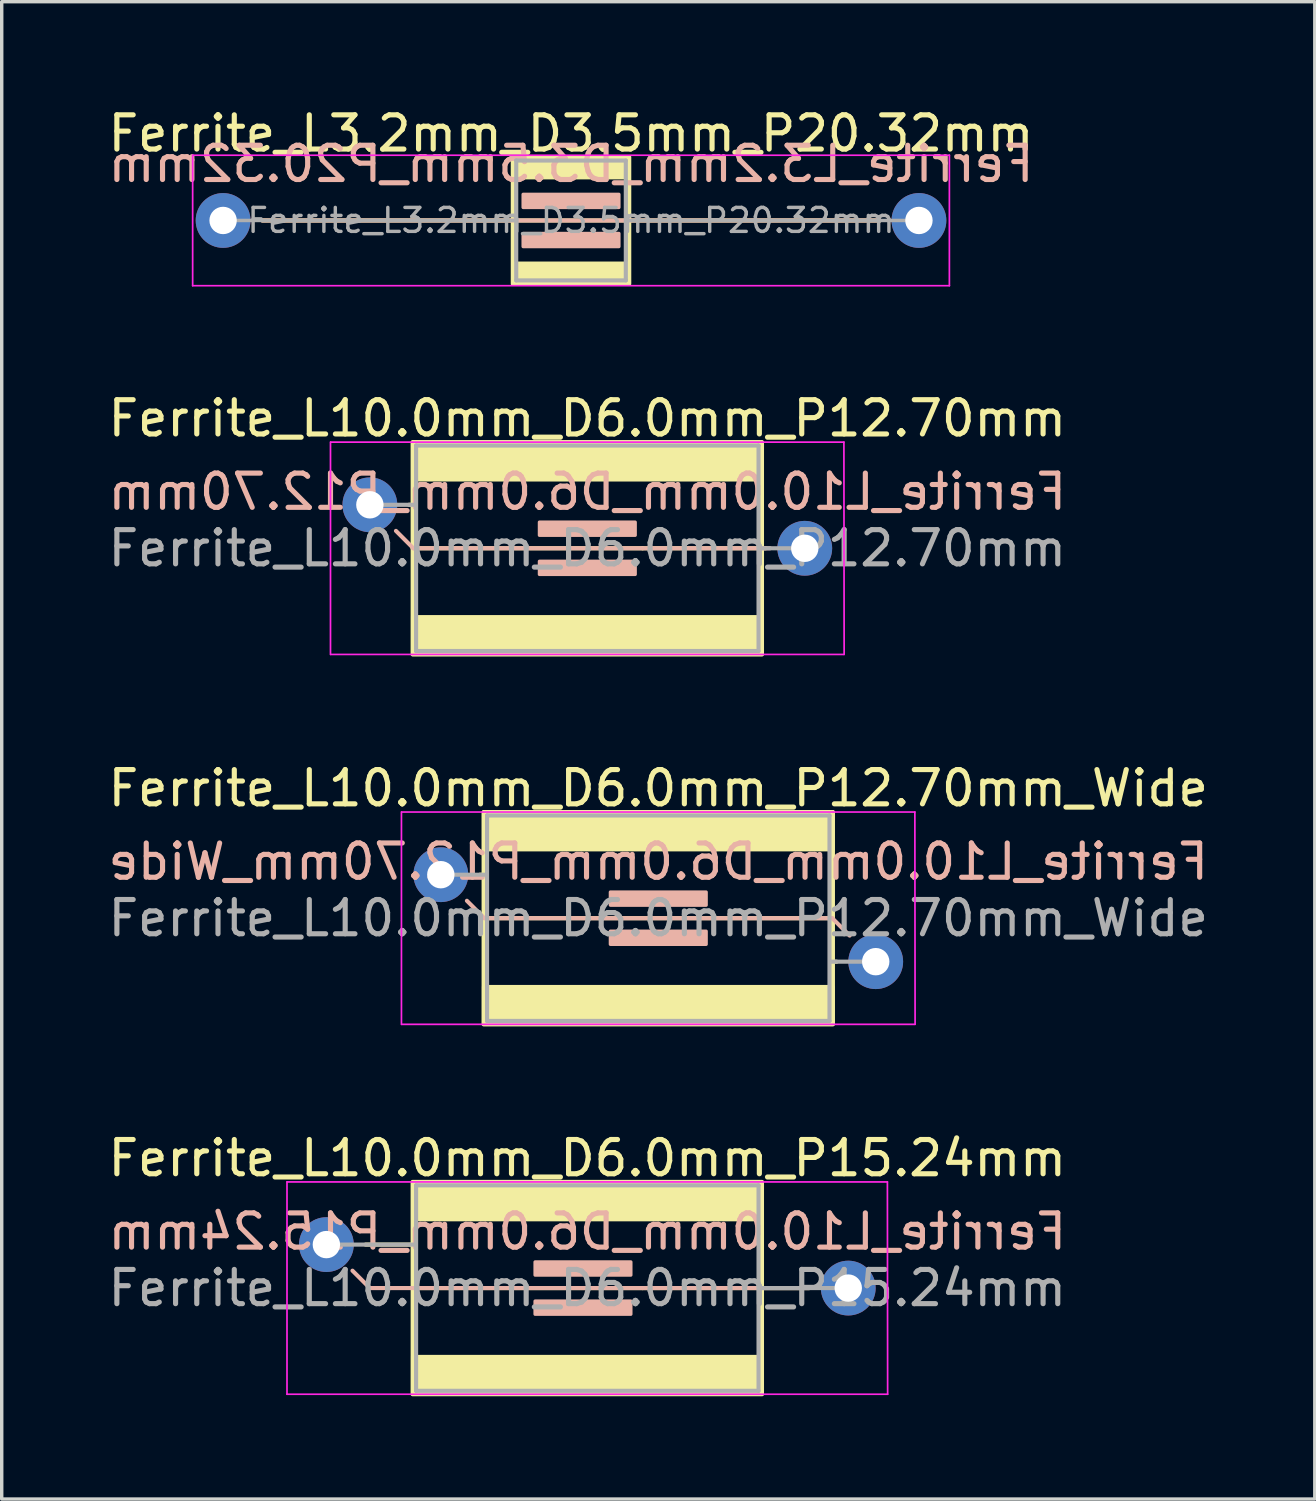
<source format=kicad_pcb>
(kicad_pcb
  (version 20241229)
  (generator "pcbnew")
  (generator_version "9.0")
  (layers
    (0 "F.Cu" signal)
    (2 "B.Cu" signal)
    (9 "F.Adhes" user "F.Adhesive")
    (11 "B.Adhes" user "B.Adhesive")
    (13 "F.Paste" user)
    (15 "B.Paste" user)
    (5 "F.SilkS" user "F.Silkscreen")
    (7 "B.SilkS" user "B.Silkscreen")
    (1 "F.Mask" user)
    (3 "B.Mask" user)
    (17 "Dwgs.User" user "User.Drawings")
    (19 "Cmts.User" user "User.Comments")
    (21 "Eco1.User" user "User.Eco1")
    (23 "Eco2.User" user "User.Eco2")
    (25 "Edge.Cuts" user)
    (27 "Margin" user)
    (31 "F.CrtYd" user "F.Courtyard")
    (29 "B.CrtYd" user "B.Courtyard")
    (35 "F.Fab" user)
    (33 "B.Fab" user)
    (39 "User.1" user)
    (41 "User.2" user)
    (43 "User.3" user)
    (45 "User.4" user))
  (footprint "Ferrite_L10.0mm_D6.0mm_P12.70mm_Wide"
    (layer "F.Cu")
    (at 9.823 22.493)
    (property "Reference" "Ferrite_L10.0mm_D6.0mm_P12.70mm_Wide" (at 6.35 -2.524 0) (layer "F.SilkS") (effects (font (size 1 1) (thickness 0.15))))
    (fp_line (start 1.143 0) (end 1.25 0) (stroke (width 0.12) (type solid)) (layer "F.SilkS"))
    (fp_line (start 7.964 1.27) (end 1.25 1.27) (stroke (width 0.12) (type solid)) (layer "F.SilkS"))
    (fp_line (start 7.964 1.27) (end 11.45 1.27) (stroke (width 0.12) (type solid)) (layer "F.SilkS"))
    (fp_line (start 11.557 2.54) (end 11.45 2.54) (stroke (width 0.12) (type solid)) (layer "F.SilkS"))
    (fp_rect (start 1.25 -1.83) (end 11.45 4.37) (stroke (width 0.12) (type solid)) (fill no) (layer "F.SilkS"))
    (fp_poly (pts (xy 11.45 -0.73) (xy 1.25 -0.73) (xy 1.25 -1.83) (xy 11.45 -1.83)) (stroke (width 0.1) (type solid)) (fill yes) (layer "F.SilkS"))
    (fp_poly (pts (xy 11.45 4.37) (xy 1.25 4.37) (xy 1.25 3.27) (xy 11.45 3.27)) (stroke (width 0.1) (type solid)) (fill yes) (layer "F.SilkS"))
    (fp_line (start 0.762 0.762) (end 1.27 1.27) (stroke (width 0.12) (type solid)) (layer "B.SilkS"))
    (fp_line (start 1.27 1.27) (end 11.43 1.27) (stroke (width 0.12) (type solid)) (layer "B.SilkS"))
    (fp_line (start 11.43 1.27) (end 11.938 1.778) (stroke (width 0.12) (type solid)) (layer "B.SilkS"))
    (fp_rect (start 4.953 0.508) (end 7.747 0.889) (stroke (width 0.1) (type solid)) (fill yes) (layer "B.SilkS"))
    (fp_rect (start 4.953 1.651) (end 7.747 2.032) (stroke (width 0.1) (type solid)) (fill yes) (layer "B.SilkS"))
    (fp_line (start -1.15 4.37) (end -1.15 -1.83) (stroke (width 0.05) (type solid)) (layer "F.CrtYd"))
    (fp_line (start -1.143 -1.83) (end 13.843 -1.83) (stroke (width 0.05) (type solid)) (layer "F.CrtYd"))
    (fp_line (start 13.843 -1.83) (end 13.85 4.37) (stroke (width 0.05) (type solid)) (layer "F.CrtYd"))
    (fp_line (start 13.843 4.37) (end -1.143 4.37) (stroke (width 0.05) (type solid)) (layer "F.CrtYd"))
    (fp_line (start 0 0) (end 1.333 0) (stroke (width 0.12) (type solid)) (layer "F.Fab"))
    (fp_line (start 1.35 -1.73) (end 1.35 4.27) (stroke (width 0.12) (type solid)) (layer "F.Fab"))
    (fp_line (start 11.35 -1.73) (end 1.35 -1.73) (stroke (width 0.12) (type solid)) (layer "F.Fab"))
    (fp_line (start 11.35 -1.73) (end 11.35 4.27) (stroke (width 0.12) (type solid)) (layer "F.Fab"))
    (fp_line (start 11.35 4.27) (end 1.35 4.27) (stroke (width 0.12) (type solid)) (layer "F.Fab"))
    (fp_line (start 12.7 2.54) (end 11.367 2.54) (stroke (width 0.12) (type solid)) (layer "F.Fab"))
    (fp_text user "${REFERENCE}" (at 6.35 -0.381 0) (layer "B.SilkS") (effects (font (size 1 1) (thickness 0.15)) (justify mirror)))
    (fp_text user "${REFERENCE}" (at 6.35 1.27 0) (layer "F.Fab") (effects (font (size 1 1) (thickness 0.15))))
    (pad "1" thru_hole circle (at 0 0) (size 1.6 1.6) (drill 0.8) (layers "*.Cu" "*.Mask"))
    (pad "2" thru_hole circle (at 12.7 2.54) (size 1.6 1.6) (drill 0.8) (layers "*.Cu" "*.Mask")))
  (footprint "Ferrite_L10.0mm_D6.0mm_P12.70mm"
    (layer "F.Cu")
    (at 7.751 11.691)
    (property "Reference" "Ferrite_L10.0mm_D6.0mm_P12.70mm" (at 6.35 -2.524 0) (layer "F.SilkS") (effects (font (size 1 1) (thickness 0.15))))
    (fp_line (start 1.143 0) (end 1.25 0) (stroke (width 0.12) (type solid)) (layer "F.SilkS"))
    (fp_line (start 7.964 1.27) (end 1.25 1.27) (stroke (width 0.12) (type solid)) (layer "F.SilkS"))
    (fp_line (start 7.964 1.27) (end 11.303 1.27) (stroke (width 0.12) (type solid)) (layer "F.SilkS"))
    (fp_line (start 11.557 1.27) (end 11.367 1.27) (stroke (width 0.12) (type solid)) (layer "F.SilkS"))
    (fp_rect (start 1.25 -1.83) (end 11.45 4.37) (stroke (width 0.12) (type solid)) (fill no) (layer "F.SilkS"))
    (fp_poly (pts (xy 11.45 -0.73) (xy 1.25 -0.73) (xy 1.25 -1.83) (xy 11.45 -1.83)) (stroke (width 0.1) (type solid)) (fill yes) (layer "F.SilkS"))
    (fp_poly (pts (xy 11.45 4.37) (xy 1.25 4.37) (xy 1.25 3.27) (xy 11.45 3.27)) (stroke (width 0.1) (type solid)) (fill yes) (layer "F.SilkS"))
    (fp_line (start 1.27 1.27) (end 0.762 0.762) (stroke (width 0.12) (type solid)) (layer "B.SilkS"))
    (fp_line (start 1.27 1.27) (end 11.684 1.27) (stroke (width 0.12) (type solid)) (layer "B.SilkS"))
    (fp_rect (start 4.953 0.508) (end 7.747 0.889) (stroke (width 0.1) (type solid)) (fill yes) (layer "B.SilkS"))
    (fp_rect (start 4.953 1.651) (end 7.747 2.032) (stroke (width 0.1) (type solid)) (fill yes) (layer "B.SilkS"))
    (fp_line (start -1.15 4.37) (end -1.15 -1.83) (stroke (width 0.05) (type solid)) (layer "F.CrtYd"))
    (fp_line (start -1.143 -1.83) (end 13.843 -1.83) (stroke (width 0.05) (type solid)) (layer "F.CrtYd"))
    (fp_line (start 13.843 -1.83) (end 13.85 4.37) (stroke (width 0.05) (type solid)) (layer "F.CrtYd"))
    (fp_line (start 13.843 4.37) (end -1.143 4.37) (stroke (width 0.05) (type solid)) (layer "F.CrtYd"))
    (fp_line (start 0 0) (end 1.333 0) (stroke (width 0.12) (type solid)) (layer "F.Fab"))
    (fp_line (start 1.35 -1.73) (end 1.35 4.27) (stroke (width 0.12) (type solid)) (layer "F.Fab"))
    (fp_line (start 11.35 -1.73) (end 1.35 -1.73) (stroke (width 0.12) (type solid)) (layer "F.Fab"))
    (fp_line (start 11.35 -1.73) (end 11.35 4.27) (stroke (width 0.12) (type solid)) (layer "F.Fab"))
    (fp_line (start 11.35 4.27) (end 1.35 4.27) (stroke (width 0.12) (type solid)) (layer "F.Fab"))
    (fp_line (start 12.7 1.27) (end 11.367 1.27) (stroke (width 0.12) (type solid)) (layer "F.Fab"))
    (fp_text user "${REFERENCE}" (at 6.35 -0.381 0) (layer "B.SilkS") (effects (font (size 1 1) (thickness 0.15)) (justify mirror)))
    (fp_text user "${REFERENCE}" (at 6.35 1.27 0) (layer "F.Fab") (effects (font (size 1 1) (thickness 0.15))))
    (pad "1" thru_hole circle (at 0 0) (size 1.6 1.6) (drill 0.8) (layers "*.Cu" "*.Mask"))
    (pad "2" thru_hole circle (at 12.7 1.27) (size 1.6 1.6) (drill 0.8) (layers "*.Cu" "*.Mask")))
  (footprint "Ferrite_L3.2mm_D3.5mm_P20.32mm"
    (layer "F.Cu")
    (at 3.465 3.388)
    (property "Reference" "Ferrite_L3.2mm_D3.5mm_P20.32mm" (at 10.16 -2.54 0) (layer "F.SilkS") (effects (font (size 1 1) (thickness 0.15))))
    (fp_line (start 19.177 0) (end 1.143 0) (stroke (width 0.12) (type solid)) (layer "F.SilkS"))
    (fp_rect (start 8.46 -1.85) (end 11.86 1.85) (stroke (width 0.12) (type solid)) (fill no) (layer "F.SilkS"))
    (fp_poly (pts (xy 11.86 -1.25) (xy 8.46 -1.25) (xy 8.46 -1.85) (xy 11.86 -1.85)) (stroke (width 0.1) (type solid)) (fill yes) (layer "F.SilkS"))
    (fp_poly (pts (xy 11.86 1.85) (xy 8.46 1.85) (xy 8.46 1.25) (xy 11.86 1.25)) (stroke (width 0.1) (type solid)) (fill yes) (layer "F.SilkS"))
    (fp_line (start 1.143 0) (end 19.177 0) (stroke (width 0.12) (type solid)) (layer "B.SilkS"))
    (fp_rect (start 8.763 -0.762) (end 11.557 -0.381) (stroke (width 0.1) (type solid)) (fill yes) (layer "B.SilkS"))
    (fp_rect (start 8.763 0.381) (end 11.557 0.762) (stroke (width 0.1) (type solid)) (fill yes) (layer "B.SilkS"))
    (fp_line (start -0.889 -1.905) (end 21.209 -1.905) (stroke (width 0.05) (type solid)) (layer "F.CrtYd"))
    (fp_line (start -0.889 1.905) (end -0.889 -1.905) (stroke (width 0.05) (type solid)) (layer "F.CrtYd"))
    (fp_line (start 21.209 -1.905) (end 21.209 1.905) (stroke (width 0.05) (type solid)) (layer "F.CrtYd"))
    (fp_line (start 21.209 1.905) (end -0.889 1.905) (stroke (width 0.05) (type solid)) (layer "F.CrtYd"))
    (fp_line (start 0 0) (end 8.56 0) (stroke (width 0.1) (type solid)) (layer "F.Fab"))
    (fp_line (start 8.56 -1.75) (end 8.56 1.75) (stroke (width 0.12) (type solid)) (layer "F.Fab"))
    (fp_line (start 8.56 1.75) (end 11.76 1.75) (stroke (width 0.12) (type solid)) (layer "F.Fab"))
    (fp_line (start 11.76 -1.75) (end 8.56 -1.75) (stroke (width 0.12) (type solid)) (layer "F.Fab"))
    (fp_line (start 11.76 1.75) (end 11.76 -1.75) (stroke (width 0.12) (type solid)) (layer "F.Fab"))
    (fp_line (start 20.32 0) (end 11.76 0) (stroke (width 0.1) (type solid)) (layer "F.Fab"))
    (fp_text user "${REFERENCE}" (at 10.16 -1.651 0) (layer "B.SilkS") (effects (font (size 1 1) (thickness 0.15)) (justify mirror)))
    (fp_text user "${REFERENCE}" (at 10.16 0 0) (layer "F.Fab") (effects (font (size 0.7 0.7) (thickness 0.1))))
    (pad "1" thru_hole circle (at 0 0) (size 1.6 1.6) (drill 0.8) (layers "*.Cu" "*.Mask"))
    (pad "2" thru_hole circle (at 20.32 0) (size 1.6 1.6) (drill 0.8) (layers "*.Cu" "*.Mask")))
  (footprint "Ferrite_L10.0mm_D6.0mm_P15.24mm"
    (layer "F.Cu")
    (at 6.481 33.295)
    (property "Reference" "Ferrite_L10.0mm_D6.0mm_P15.24mm" (at 7.62 -2.524 0) (layer "F.SilkS") (effects (font (size 1 1) (thickness 0.15))))
    (fp_line (start 1.143 0) (end 2.52 0) (stroke (width 0.12) (type solid)) (layer "F.SilkS"))
    (fp_line (start 9.234 1.27) (end 2.52 1.27) (stroke (width 0.12) (type solid)) (layer "F.SilkS"))
    (fp_line (start 9.234 1.27) (end 12.573 1.27) (stroke (width 0.12) (type solid)) (layer "F.SilkS"))
    (fp_line (start 14.097 1.27) (end 12.636 1.27) (stroke (width 0.12) (type solid)) (layer "F.SilkS"))
    (fp_rect (start 2.52 -1.83) (end 12.72 4.37) (stroke (width 0.12) (type solid)) (fill no) (layer "F.SilkS"))
    (fp_poly (pts (xy 12.72 -0.73) (xy 2.52 -0.73) (xy 2.52 -1.83) (xy 12.72 -1.83)) (stroke (width 0.1) (type solid)) (fill yes) (layer "F.SilkS"))
    (fp_poly (pts (xy 12.72 4.37) (xy 2.52 4.37) (xy 2.52 3.27) (xy 12.72 3.27)) (stroke (width 0.1) (type solid)) (fill yes) (layer "F.SilkS"))
    (fp_line (start 1.27 1.27) (end 0.762 0.762) (stroke (width 0.12) (type solid)) (layer "B.SilkS"))
    (fp_line (start 1.27 1.27) (end 14.097 1.27) (stroke (width 0.12) (type solid)) (layer "B.SilkS"))
    (fp_rect (start 6.096 0.508) (end 8.89 0.889) (stroke (width 0.1) (type solid)) (fill yes) (layer "B.SilkS"))
    (fp_rect (start 6.096 1.651) (end 8.89 2.032) (stroke (width 0.1) (type solid)) (fill yes) (layer "B.SilkS"))
    (fp_line (start -1.15 -1.83) (end 16.383 -1.83) (stroke (width 0.05) (type solid)) (layer "F.CrtYd"))
    (fp_line (start -1.15 4.37) (end -1.15 -1.83) (stroke (width 0.05) (type solid)) (layer "F.CrtYd"))
    (fp_line (start 16.383 -1.83) (end 16.39 4.37) (stroke (width 0.05) (type solid)) (layer "F.CrtYd"))
    (fp_line (start 16.39 4.37) (end -1.15 4.37) (stroke (width 0.05) (type solid)) (layer "F.CrtYd"))
    (fp_line (start 0 0) (end 2.603 0) (stroke (width 0.12) (type solid)) (layer "F.Fab"))
    (fp_line (start 2.62 -1.73) (end 2.62 4.27) (stroke (width 0.12) (type solid)) (layer "F.Fab"))
    (fp_line (start 12.62 -1.73) (end 2.62 -1.73) (stroke (width 0.12) (type solid)) (layer "F.Fab"))
    (fp_line (start 12.62 -1.73) (end 12.62 4.27) (stroke (width 0.12) (type solid)) (layer "F.Fab"))
    (fp_line (start 12.62 4.27) (end 2.62 4.27) (stroke (width 0.12) (type solid)) (layer "F.Fab"))
    (fp_line (start 15.24 1.27) (end 12.636 1.27) (stroke (width 0.12) (type solid)) (layer "F.Fab"))
    (fp_text user "${REFERENCE}" (at 7.62 -0.381 0) (layer "B.SilkS") (effects (font (size 1 1) (thickness 0.15)) (justify mirror)))
    (fp_text user "${REFERENCE}" (at 7.62 1.27 0) (layer "F.Fab") (effects (font (size 1 1) (thickness 0.15))))
    (pad "1" thru_hole circle (at 0 0) (size 1.6 1.6) (drill 0.8) (layers "*.Cu" "*.Mask"))
    (pad "2" thru_hole circle (at 15.24 1.27) (size 1.6 1.6) (drill 0.8) (layers "*.Cu" "*.Mask")))
  (gr_rect
    (start -3 -3)
    (end 35.345 40.725)
    (stroke (width 0.1) (type default))
    (fill no)
    (layer "Edge.Cuts")))
</source>
